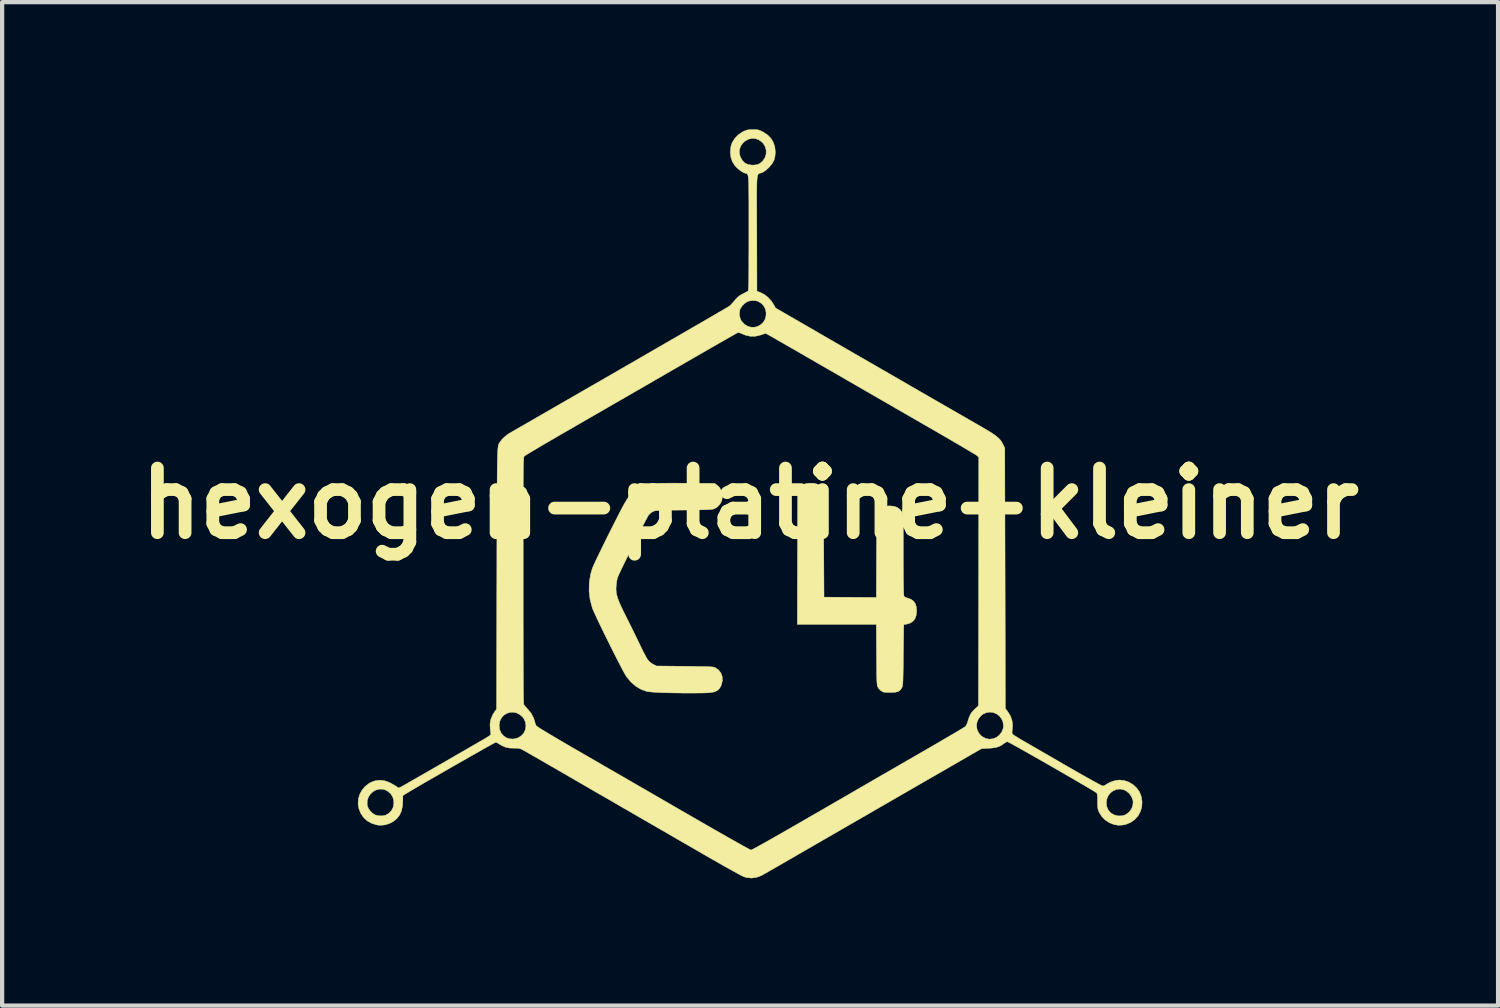
<source format=kicad_pcb>
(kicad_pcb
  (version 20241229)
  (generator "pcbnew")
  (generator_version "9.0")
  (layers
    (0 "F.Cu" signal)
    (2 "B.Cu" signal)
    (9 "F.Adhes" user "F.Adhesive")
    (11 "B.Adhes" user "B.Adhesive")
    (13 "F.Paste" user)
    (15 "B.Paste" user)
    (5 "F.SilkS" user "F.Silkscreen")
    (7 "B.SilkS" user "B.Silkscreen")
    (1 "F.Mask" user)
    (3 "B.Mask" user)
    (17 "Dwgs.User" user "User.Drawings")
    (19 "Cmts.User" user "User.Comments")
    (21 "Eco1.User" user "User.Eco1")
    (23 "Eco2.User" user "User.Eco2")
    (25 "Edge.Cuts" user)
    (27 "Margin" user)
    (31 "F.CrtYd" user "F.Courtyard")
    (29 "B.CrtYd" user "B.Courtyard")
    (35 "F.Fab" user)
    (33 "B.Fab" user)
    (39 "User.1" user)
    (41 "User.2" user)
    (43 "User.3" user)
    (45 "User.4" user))
  (footprint "hexogen-platine-kleiner"
    (layer "F.Cu")
    (at 14.63 8.817)
    (property "Reference" "hexogen-platine-kleiner" (at 0 0 0) (layer "F.SilkS") (effects (font (size 1.524 1.524) (thickness 0.3))))
    (attr through_hole)
    (fp_poly (pts (xy 1.501 -0.475) (xy 1.583 -0.456) (xy 1.648 -0.418) (xy 1.696 -0.362) (xy 1.704 -0.348) (xy 1.708 -0.339) (xy 1.712 -0.326) (xy 1.716 -0.308) (xy 1.718 -0.283) (xy 1.721 -0.249) (xy 1.723 -0.205) (xy 1.725 -0.148) (xy 1.727 -0.077) (xy 1.728 0.01) (xy 1.73 0.114) (xy 1.731 0.238) (xy 1.732 0.383) (xy 1.733 0.55) (xy 1.734 0.743) (xy 1.736 0.953) (xy 1.743 2.208) (xy 2.359 2.212) (xy 2.976 2.216) (xy 2.98 1.253) (xy 2.981 1.063) (xy 2.982 0.9) (xy 2.983 0.761) (xy 2.984 0.644) (xy 2.985 0.547) (xy 2.987 0.467) (xy 2.989 0.403) (xy 2.991 0.353) (xy 2.993 0.315) (xy 2.996 0.286) (xy 3 0.264) (xy 3.004 0.248) (xy 3.009 0.235) (xy 3.01 0.233) (xy 3.058 0.153) (xy 3.118 0.098) (xy 3.195 0.066) (xy 3.284 0.057) (xy 3.388 0.066) (xy 3.471 0.094) (xy 3.535 0.142) (xy 3.582 0.21) (xy 3.586 0.218) (xy 3.591 0.231) (xy 3.596 0.246) (xy 3.599 0.266) (xy 3.602 0.292) (xy 3.605 0.327) (xy 3.607 0.373) (xy 3.609 0.432) (xy 3.61 0.506) (xy 3.611 0.598) (xy 3.611 0.709) (xy 3.612 0.841) (xy 3.612 0.997) (xy 3.612 1.179) (xy 3.612 1.209) (xy 3.612 1.38) (xy 3.613 1.54) (xy 3.614 1.687) (xy 3.615 1.819) (xy 3.617 1.933) (xy 3.619 2.028) (xy 3.621 2.102) (xy 3.623 2.152) (xy 3.625 2.176) (xy 3.625 2.177) (xy 3.644 2.203) (xy 3.679 2.221) (xy 3.707 2.229) (xy 3.792 2.259) (xy 3.854 2.304) (xy 3.896 2.365) (xy 3.92 2.445) (xy 3.926 2.534) (xy 3.916 2.636) (xy 3.886 2.718) (xy 3.835 2.781) (xy 3.765 2.824) (xy 3.687 2.845) (xy 3.649 2.851) (xy 3.627 2.855) (xy 3.624 2.856) (xy 3.623 2.87) (xy 3.622 2.909) (xy 3.621 2.972) (xy 3.62 3.055) (xy 3.619 3.155) (xy 3.617 3.27) (xy 3.616 3.398) (xy 3.614 3.535) (xy 3.613 3.577) (xy 3.612 3.739) (xy 3.61 3.874) (xy 3.608 3.986) (xy 3.606 4.078) (xy 3.605 4.15) (xy 3.602 4.207) (xy 3.6 4.25) (xy 3.596 4.282) (xy 3.592 4.306) (xy 3.588 4.323) (xy 3.582 4.336) (xy 3.577 4.345) (xy 3.547 4.389) (xy 3.514 4.42) (xy 3.473 4.439) (xy 3.416 4.45) (xy 3.339 4.454) (xy 3.326 4.455) (xy 3.26 4.455) (xy 3.201 4.453) (xy 3.157 4.449) (xy 3.141 4.445) (xy 3.082 4.413) (xy 3.031 4.359) (xy 3.007 4.318) (xy 3.002 4.304) (xy 2.998 4.284) (xy 2.994 4.257) (xy 2.991 4.219) (xy 2.988 4.169) (xy 2.986 4.104) (xy 2.984 4.021) (xy 2.983 3.919) (xy 2.982 3.795) (xy 2.981 3.645) (xy 2.98 3.56) (xy 2.976 2.85) (xy 1.114 2.85) (xy 1.118 1.274) (xy 1.122 -0.303) (xy 1.154 -0.356) (xy 1.198 -0.41) (xy 1.254 -0.447) (xy 1.327 -0.469) (xy 1.397 -0.477) (xy 1.501 -0.475)) (stroke (width 0.01) (type solid)) (fill yes) (layer "F.SilkS"))
    (fp_poly (pts (xy -1.702 -0.478) (xy -1.538 -0.477) (xy -1.537 -0.477) (xy -0.838 -0.473) (xy -0.788 -0.439) (xy -0.724 -0.381) (xy -0.681 -0.306) (xy -0.661 -0.244) (xy -0.653 -0.149) (xy -0.669 -0.061) (xy -0.71 0.017) (xy -0.771 0.082) (xy -0.833 0.119) (xy -0.848 0.126) (xy -0.865 0.131) (xy -0.886 0.136) (xy -0.913 0.14) (xy -0.95 0.143) (xy -0.998 0.146) (xy -1.06 0.148) (xy -1.139 0.15) (xy -1.237 0.151) (xy -1.358 0.153) (xy -1.503 0.155) (xy -1.566 0.155) (xy -1.721 0.157) (xy -1.85 0.158) (xy -1.957 0.16) (xy -2.042 0.162) (xy -2.11 0.163) (xy -2.163 0.166) (xy -2.202 0.169) (xy -2.232 0.172) (xy -2.254 0.177) (xy -2.271 0.182) (xy -2.285 0.188) (xy -2.296 0.194) (xy -2.341 0.224) (xy -2.381 0.261) (xy -2.39 0.272) (xy -2.405 0.295) (xy -2.43 0.342) (xy -2.465 0.407) (xy -2.508 0.49) (xy -2.557 0.586) (xy -2.611 0.693) (xy -2.669 0.808) (xy -2.729 0.928) (xy -2.79 1.05) (xy -2.849 1.171) (xy -2.907 1.288) (xy -2.961 1.398) (xy -3.01 1.499) (xy -3.052 1.587) (xy -3.086 1.66) (xy -3.11 1.714) (xy -3.124 1.747) (xy -3.125 1.752) (xy -3.137 1.803) (xy -3.148 1.87) (xy -3.156 1.938) (xy -3.156 1.947) (xy -3.159 2.008) (xy -3.157 2.065) (xy -3.15 2.122) (xy -3.136 2.182) (xy -3.115 2.249) (xy -3.085 2.327) (xy -3.045 2.417) (xy -2.994 2.525) (xy -2.93 2.653) (xy -2.909 2.695) (xy -2.852 2.81) (xy -2.791 2.932) (xy -2.73 3.057) (xy -2.672 3.175) (xy -2.62 3.282) (xy -2.582 3.363) (xy -2.54 3.449) (xy -2.499 3.53) (xy -2.461 3.6) (xy -2.43 3.656) (xy -2.406 3.692) (xy -2.401 3.699) (xy -2.36 3.739) (xy -2.308 3.777) (xy -2.281 3.793) (xy -2.208 3.831) (xy -1.538 3.838) (xy -1.382 3.84) (xy -1.252 3.842) (xy -1.145 3.843) (xy -1.058 3.845) (xy -0.99 3.847) (xy -0.937 3.85) (xy -0.898 3.853) (xy -0.868 3.856) (xy -0.847 3.861) (xy -0.831 3.866) (xy -0.818 3.872) (xy -0.742 3.927) (xy -0.688 3.997) (xy -0.658 4.078) (xy -0.652 4.168) (xy -0.672 4.262) (xy -0.693 4.314) (xy -0.73 4.372) (xy -0.779 4.414) (xy -0.845 4.442) (xy -0.932 4.458) (xy -0.957 4.46) (xy -1.015 4.464) (xy -1.097 4.467) (xy -1.199 4.468) (xy -1.317 4.469) (xy -1.445 4.47) (xy -1.581 4.469) (xy -1.719 4.467) (xy -1.855 4.465) (xy -1.986 4.462) (xy -2.088 4.459) (xy -2.179 4.454) (xy -2.265 4.449) (xy -2.34 4.443) (xy -2.398 4.437) (xy -2.434 4.431) (xy -2.567 4.383) (xy -2.691 4.31) (xy -2.805 4.212) (xy -2.906 4.091) (xy -2.923 4.067) (xy -2.945 4.03) (xy -2.978 3.971) (xy -3.02 3.893) (xy -3.069 3.798) (xy -3.125 3.69) (xy -3.185 3.572) (xy -3.248 3.446) (xy -3.313 3.317) (xy -3.378 3.186) (xy -3.442 3.056) (xy -3.502 2.932) (xy -3.558 2.816) (xy -3.609 2.71) (xy -3.651 2.618) (xy -3.685 2.543) (xy -3.709 2.489) (xy -3.718 2.464) (xy -3.771 2.265) (xy -3.795 2.067) (xy -3.791 1.869) (xy -3.759 1.672) (xy -3.719 1.533) (xy -3.706 1.501) (xy -3.682 1.445) (xy -3.647 1.371) (xy -3.604 1.278) (xy -3.552 1.172) (xy -3.494 1.053) (xy -3.431 0.925) (xy -3.365 0.79) (xy -3.31 0.681) (xy -3.225 0.51) (xy -3.15 0.364) (xy -3.086 0.238) (xy -3.031 0.132) (xy -2.982 0.042) (xy -2.94 -0.032) (xy -2.903 -0.093) (xy -2.87 -0.143) (xy -2.839 -0.184) (xy -2.809 -0.218) (xy -2.779 -0.247) (xy -2.748 -0.274) (xy -2.714 -0.3) (xy -2.713 -0.301) (xy -2.591 -0.375) (xy -2.454 -0.431) (xy -2.349 -0.458) (xy -2.32 -0.464) (xy -2.285 -0.468) (xy -2.244 -0.471) (xy -2.193 -0.474) (xy -2.13 -0.476) (xy -2.052 -0.477) (xy -1.957 -0.478) (xy -1.841 -0.478) (xy -1.702 -0.478)) (stroke (width 0.01) (type solid)) (fill yes) (layer "F.SilkS"))
    (fp_poly (pts (xy 0.129 -8.812) (xy 0.174 -8.808) (xy 0.214 -8.798) (xy 0.257 -8.78) (xy 0.305 -8.756) (xy 0.41 -8.688) (xy 0.493 -8.604) (xy 0.551 -8.506) (xy 0.585 -8.393) (xy 0.595 -8.283) (xy 0.587 -8.178) (xy 0.563 -8.089) (xy 0.518 -8.007) (xy 0.449 -7.926) (xy 0.439 -7.915) (xy 0.369 -7.852) (xy 0.308 -7.811) (xy 0.275 -7.796) (xy 0.255 -7.79) (xy 0.238 -7.786) (xy 0.222 -7.781) (xy 0.209 -7.775) (xy 0.197 -7.766) (xy 0.188 -7.752) (xy 0.179 -7.732) (xy 0.173 -7.703) (xy 0.168 -7.665) (xy 0.163 -7.614) (xy 0.16 -7.551) (xy 0.158 -7.473) (xy 0.157 -7.378) (xy 0.156 -7.265) (xy 0.156 -7.133) (xy 0.157 -6.978) (xy 0.157 -6.801) (xy 0.158 -6.598) (xy 0.159 -6.37) (xy 0.159 -6.366) (xy 0.162 -5.004) (xy 0.252 -4.969) (xy 0.338 -4.924) (xy 0.422 -4.858) (xy 0.498 -4.776) (xy 0.554 -4.692) (xy 0.601 -4.607) (xy 1.39 -4.151) (xy 1.53 -4.07) (xy 1.687 -3.979) (xy 1.858 -3.88) (xy 2.043 -3.773) (xy 2.239 -3.66) (xy 2.445 -3.541) (xy 2.657 -3.419) (xy 2.875 -3.293) (xy 3.097 -3.165) (xy 3.319 -3.037) (xy 3.541 -2.909) (xy 3.76 -2.782) (xy 3.975 -2.658) (xy 4.183 -2.538) (xy 4.383 -2.423) (xy 4.572 -2.314) (xy 4.749 -2.212) (xy 4.911 -2.119) (xy 5.057 -2.035) (xy 5.185 -1.961) (xy 5.292 -1.9) (xy 5.377 -1.851) (xy 5.382 -1.848) (xy 5.51 -1.774) (xy 5.616 -1.711) (xy 5.702 -1.657) (xy 5.771 -1.61) (xy 5.825 -1.568) (xy 5.868 -1.529) (xy 5.902 -1.491) (xy 5.93 -1.451) (xy 5.954 -1.408) (xy 5.958 -1.4) (xy 6.004 -1.306) (xy 6.011 1.764) (xy 6.018 4.834) (xy 6.062 4.89) (xy 6.132 4.999) (xy 6.174 5.112) (xy 6.189 5.23) (xy 6.182 5.318) (xy 6.176 5.372) (xy 6.176 5.414) (xy 6.18 5.431) (xy 6.195 5.445) (xy 6.231 5.47) (xy 6.285 5.504) (xy 6.351 5.545) (xy 6.428 5.59) (xy 6.458 5.607) (xy 6.519 5.642) (xy 6.601 5.69) (xy 6.702 5.748) (xy 6.817 5.815) (xy 6.945 5.889) (xy 7.082 5.968) (xy 7.224 6.05) (xy 7.369 6.134) (xy 7.502 6.211) (xy 7.646 6.293) (xy 7.78 6.371) (xy 7.905 6.441) (xy 8.016 6.503) (xy 8.113 6.557) (xy 8.193 6.6) (xy 8.254 6.633) (xy 8.295 6.653) (xy 8.314 6.66) (xy 8.314 6.66) (xy 8.346 6.652) (xy 8.386 6.631) (xy 8.404 6.618) (xy 8.469 6.58) (xy 8.551 6.548) (xy 8.637 6.527) (xy 8.713 6.519) (xy 8.825 6.533) (xy 8.932 6.57) (xy 9.029 6.629) (xy 9.112 6.706) (xy 9.177 6.797) (xy 9.219 6.9) (xy 9.221 6.907) (xy 9.24 7.032) (xy 9.233 7.151) (xy 9.201 7.261) (xy 9.147 7.361) (xy 9.072 7.446) (xy 8.978 7.514) (xy 8.867 7.562) (xy 8.795 7.579) (xy 8.684 7.586) (xy 8.574 7.567) (xy 8.469 7.525) (xy 8.373 7.462) (xy 8.292 7.38) (xy 8.23 7.282) (xy 8.214 7.247) (xy 8.203 7.216) (xy 8.196 7.18) (xy 8.193 7.135) (xy 8.191 7.072) (xy 8.191 7.056) (xy 8.397 7.056) (xy 8.409 7.15) (xy 8.445 7.23) (xy 8.501 7.294) (xy 8.576 7.339) (xy 8.666 7.363) (xy 8.712 7.365) (xy 8.777 7.361) (xy 8.832 7.344) (xy 8.864 7.328) (xy 8.934 7.276) (xy 8.987 7.206) (xy 9.02 7.126) (xy 9.029 7.041) (xy 9.024 6.997) (xy 8.993 6.913) (xy 8.941 6.838) (xy 8.873 6.78) (xy 8.807 6.747) (xy 8.72 6.731) (xy 8.635 6.741) (xy 8.558 6.773) (xy 8.492 6.824) (xy 8.44 6.892) (xy 8.407 6.973) (xy 8.397 7.056) (xy 8.191 7.056) (xy 8.191 7.024) (xy 8.19 6.943) (xy 8.187 6.886) (xy 8.181 6.849) (xy 8.173 6.828) (xy 8.17 6.824) (xy 8.151 6.81) (xy 8.111 6.785) (xy 8.051 6.748) (xy 7.973 6.702) (xy 7.88 6.647) (xy 7.773 6.585) (xy 7.656 6.516) (xy 7.53 6.443) (xy 7.397 6.366) (xy 7.26 6.287) (xy 7.12 6.207) (xy 6.981 6.127) (xy 6.843 6.048) (xy 6.71 5.972) (xy 6.584 5.901) (xy 6.466 5.834) (xy 6.36 5.774) (xy 6.266 5.722) (xy 6.188 5.679) (xy 6.127 5.646) (xy 6.086 5.625) (xy 6.067 5.616) (xy 6.066 5.616) (xy 6.038 5.625) (xy 6 5.646) (xy 5.983 5.659) (xy 5.924 5.701) (xy 5.864 5.73) (xy 5.796 5.751) (xy 5.714 5.764) (xy 5.624 5.771) (xy 5.454 5.78) (xy 4.332 6.427) (xy 4.16 6.526) (xy 3.966 6.638) (xy 3.755 6.76) (xy 3.531 6.889) (xy 3.296 7.025) (xy 3.054 7.164) (xy 2.81 7.306) (xy 2.565 7.447) (xy 2.325 7.585) (xy 2.092 7.72) (xy 1.87 7.848) (xy 1.764 7.909) (xy 1.577 8.017) (xy 1.396 8.122) (xy 1.223 8.221) (xy 1.06 8.316) (xy 0.907 8.404) (xy 0.767 8.485) (xy 0.641 8.557) (xy 0.53 8.621) (xy 0.437 8.674) (xy 0.363 8.717) (xy 0.308 8.748) (xy 0.276 8.766) (xy 0.268 8.77) (xy 0.153 8.814) (xy 0.037 8.83) (xy -0.08 8.818) (xy -0.141 8.801) (xy -0.169 8.788) (xy -0.22 8.763) (xy -0.291 8.724) (xy -0.381 8.675) (xy -0.488 8.615) (xy -0.611 8.547) (xy -0.747 8.469) (xy -0.895 8.385) (xy -1.052 8.295) (xy -1.192 8.214) (xy -1.366 8.113) (xy -1.551 8.007) (xy -1.741 7.897) (xy -1.933 7.785) (xy -2.123 7.676) (xy -2.307 7.569) (xy -2.481 7.469) (xy -2.64 7.377) (xy -2.78 7.296) (xy -2.836 7.263) (xy -2.98 7.181) (xy -3.129 7.094) (xy -3.279 7.007) (xy -3.427 6.922) (xy -3.568 6.841) (xy -3.698 6.766) (xy -3.812 6.7) (xy -3.906 6.645) (xy -3.916 6.639) (xy -4.166 6.494) (xy -4.394 6.362) (xy -4.598 6.244) (xy -4.78 6.14) (xy -4.937 6.049) (xy -5.071 5.972) (xy -5.182 5.909) (xy -5.268 5.859) (xy -5.33 5.824) (xy -5.369 5.803) (xy -5.376 5.799) (xy -5.414 5.782) (xy -5.452 5.773) (xy -5.499 5.769) (xy -5.558 5.769) (xy -5.672 5.765) (xy -5.77 5.744) (xy -5.858 5.704) (xy -5.896 5.68) (xy -5.939 5.653) (xy -5.976 5.635) (xy -5.996 5.63) (xy -6.011 5.637) (xy -6.048 5.657) (xy -6.105 5.688) (xy -6.181 5.73) (xy -6.272 5.781) (xy -6.376 5.84) (xy -6.492 5.906) (xy -6.618 5.977) (xy -6.75 6.053) (xy -6.888 6.131) (xy -7.028 6.211) (xy -7.169 6.292) (xy -7.308 6.372) (xy -7.444 6.45) (xy -7.574 6.525) (xy -7.696 6.595) (xy -7.807 6.66) (xy -7.906 6.718) (xy -7.991 6.768) (xy -8.059 6.808) (xy -8.108 6.838) (xy -8.132 6.852) (xy -8.184 6.887) (xy -8.185 7.01) (xy -8.193 7.138) (xy -8.217 7.246) (xy -8.258 7.339) (xy -8.26 7.343) (xy -8.325 7.427) (xy -8.409 7.496) (xy -8.508 7.547) (xy -8.614 7.578) (xy -8.723 7.586) (xy -8.794 7.578) (xy -8.917 7.541) (xy -9.023 7.482) (xy -9.11 7.402) (xy -9.177 7.303) (xy -9.222 7.191) (xy -9.238 7.093) (xy -9.026 7.093) (xy -9.018 7.138) (xy -8.989 7.201) (xy -8.942 7.263) (xy -8.883 7.315) (xy -8.841 7.34) (xy -8.771 7.36) (xy -8.691 7.365) (xy -8.615 7.355) (xy -8.583 7.344) (xy -8.508 7.299) (xy -8.451 7.237) (xy -8.414 7.164) (xy -8.397 7.083) (xy -8.399 7.001) (xy -8.422 6.921) (xy -8.466 6.849) (xy -8.531 6.79) (xy -8.535 6.787) (xy -8.581 6.761) (xy -8.627 6.742) (xy -8.646 6.737) (xy -8.735 6.733) (xy -8.818 6.754) (xy -8.891 6.795) (xy -8.953 6.854) (xy -8.998 6.925) (xy -9.024 7.006) (xy -9.026 7.093) (xy -9.238 7.093) (xy -9.24 7.079) (xy -9.233 6.966) (xy -9.201 6.858) (xy -9.147 6.758) (xy -9.074 6.67) (xy -8.982 6.599) (xy -8.94 6.575) (xy -8.833 6.536) (xy -8.726 6.523) (xy -8.615 6.536) (xy -8.5 6.577) (xy -8.384 6.641) (xy -8.281 6.707) (xy -8.233 6.684) (xy -8.213 6.673) (xy -8.17 6.649) (xy -8.108 6.614) (xy -8.027 6.568) (xy -7.93 6.512) (xy -7.819 6.449) (xy -7.696 6.378) (xy -7.563 6.302) (xy -7.423 6.221) (xy -7.313 6.158) (xy -7.164 6.072) (xy -7.019 5.988) (xy -6.88 5.907) (xy -6.748 5.832) (xy -6.628 5.762) (xy -6.521 5.7) (xy -6.429 5.647) (xy -6.356 5.605) (xy -6.303 5.574) (xy -6.281 5.562) (xy -6.221 5.526) (xy -6.17 5.494) (xy -6.133 5.469) (xy -6.115 5.453) (xy -6.114 5.452) (xy -6.113 5.43) (xy -6.116 5.389) (xy -6.123 5.337) (xy -6.123 5.333) (xy -6.129 5.236) (xy -5.914 5.236) (xy -5.903 5.33) (xy -5.868 5.41) (xy -5.816 5.474) (xy -5.748 5.521) (xy -5.669 5.548) (xy -5.583 5.553) (xy -5.493 5.533) (xy -5.447 5.513) (xy -5.375 5.462) (xy -5.324 5.396) (xy -5.293 5.318) (xy -5.283 5.235) (xy -5.296 5.151) (xy -5.333 5.071) (xy -5.358 5.038) (xy -5.428 4.975) (xy -5.505 4.936) (xy -5.585 4.92) (xy -5.665 4.925) (xy -5.74 4.95) (xy -5.806 4.993) (xy -5.86 5.053) (xy -5.897 5.129) (xy -5.914 5.219) (xy -5.914 5.236) (xy -6.129 5.236) (xy -6.13 5.206) (xy -6.11 5.086) (xy -6.062 4.973) (xy -6.013 4.898) (xy -5.976 4.849) (xy -5.969 1.807) (xy -5.348 1.807) (xy -5.348 2.177) (xy -5.348 2.524) (xy -5.348 2.847) (xy -5.347 3.145) (xy -5.346 3.419) (xy -5.346 3.669) (xy -5.345 3.892) (xy -5.344 4.091) (xy -5.343 4.263) (xy -5.342 4.409) (xy -5.34 4.529) (xy -5.339 4.621) (xy -5.337 4.687) (xy -5.335 4.724) (xy -5.334 4.734) (xy -5.317 4.762) (xy -5.286 4.8) (xy -5.247 4.842) (xy -5.244 4.845) (xy -5.161 4.945) (xy -5.102 5.058) (xy -5.079 5.131) (xy -5.065 5.18) (xy -5.05 5.222) (xy -5.044 5.235) (xy -5.033 5.246) (xy -5.006 5.266) (xy -4.962 5.295) (xy -4.9 5.334) (xy -4.82 5.382) (xy -4.721 5.442) (xy -4.601 5.513) (xy -4.46 5.596) (xy -4.298 5.691) (xy -4.113 5.798) (xy -3.904 5.919) (xy -3.843 5.954) (xy -3.651 6.065) (xy -3.439 6.188) (xy -3.211 6.32) (xy -2.971 6.458) (xy -2.723 6.602) (xy -2.471 6.747) (xy -2.22 6.893) (xy -1.973 7.035) (xy -1.735 7.173) (xy -1.51 7.303) (xy -1.335 7.404) (xy -1.156 7.507) (xy -0.984 7.606) (xy -0.82 7.7) (xy -0.666 7.788) (xy -0.523 7.869) (xy -0.393 7.943) (xy -0.278 8.008) (xy -0.179 8.063) (xy -0.098 8.108) (xy -0.036 8.141) (xy 0.005 8.162) (xy 0.024 8.17) (xy 0.024 8.17) (xy 0.04 8.163) (xy 0.079 8.143) (xy 0.14 8.111) (xy 0.22 8.066) (xy 0.318 8.012) (xy 0.433 7.947) (xy 0.562 7.874) (xy 0.705 7.793) (xy 0.86 7.704) (xy 1.024 7.61) (xy 1.198 7.51) (xy 1.378 7.406) (xy 1.443 7.368) (xy 1.655 7.246) (xy 1.88 7.116) (xy 2.115 6.98) (xy 2.356 6.841) (xy 2.599 6.7) (xy 2.841 6.56) (xy 3.077 6.423) (xy 3.305 6.292) (xy 3.521 6.167) (xy 3.72 6.052) (xy 3.9 5.948) (xy 3.937 5.927) (xy 4.1 5.833) (xy 4.257 5.742) (xy 4.405 5.656) (xy 4.543 5.575) (xy 4.669 5.501) (xy 4.782 5.435) (xy 4.879 5.378) (xy 4.959 5.33) (xy 5.019 5.294) (xy 5.059 5.269) (xy 5.076 5.258) (xy 5.076 5.257) (xy 5.08 5.252) (xy 5.338 5.252) (xy 5.353 5.336) (xy 5.391 5.413) (xy 5.45 5.479) (xy 5.47 5.494) (xy 5.55 5.538) (xy 5.631 5.556) (xy 5.718 5.548) (xy 5.736 5.544) (xy 5.813 5.511) (xy 5.88 5.457) (xy 5.932 5.387) (xy 5.965 5.308) (xy 5.973 5.242) (xy 5.961 5.151) (xy 5.927 5.073) (xy 5.875 5.008) (xy 5.811 4.96) (xy 5.737 4.929) (xy 5.657 4.918) (xy 5.576 4.928) (xy 5.498 4.961) (xy 5.435 5.011) (xy 5.379 5.084) (xy 5.347 5.166) (xy 5.338 5.252) (xy 5.08 5.252) (xy 5.098 5.226) (xy 5.12 5.176) (xy 5.137 5.122) (xy 5.169 5.025) (xy 5.208 4.948) (xy 5.259 4.883) (xy 5.309 4.836) (xy 5.383 4.771) (xy 5.387 1.843) (xy 5.391 -1.085) (xy 5.359 -1.119) (xy 5.342 -1.132) (xy 5.303 -1.157) (xy 5.242 -1.194) (xy 5.163 -1.241) (xy 5.066 -1.299) (xy 4.954 -1.365) (xy 4.829 -1.438) (xy 4.692 -1.519) (xy 4.545 -1.604) (xy 4.389 -1.694) (xy 4.255 -1.772) (xy 4.08 -1.872) (xy 3.885 -1.985) (xy 3.673 -2.107) (xy 3.448 -2.236) (xy 3.215 -2.371) (xy 2.977 -2.508) (xy 2.738 -2.646) (xy 2.501 -2.783) (xy 2.272 -2.915) (xy 2.053 -3.042) (xy 1.878 -3.143) (xy 1.699 -3.246) (xy 1.526 -3.346) (xy 1.359 -3.442) (xy 1.202 -3.533) (xy 1.055 -3.618) (xy 0.92 -3.695) (xy 0.8 -3.765) (xy 0.695 -3.825) (xy 0.608 -3.875) (xy 0.54 -3.914) (xy 0.493 -3.941) (xy 0.471 -3.953) (xy 0.367 -4.01) (xy 0.255 -3.972) (xy 0.13 -3.942) (xy 0.011 -3.94) (xy -0.104 -3.965) (xy -0.169 -3.991) (xy -0.228 -4.016) (xy -0.271 -4.027) (xy -0.289 -4.027) (xy -0.305 -4.019) (xy -0.343 -3.997) (xy -0.403 -3.964) (xy -0.483 -3.918) (xy -0.581 -3.862) (xy -0.696 -3.797) (xy -0.826 -3.722) (xy -0.971 -3.639) (xy -1.127 -3.549) (xy -1.294 -3.453) (xy -1.471 -3.351) (xy -1.655 -3.245) (xy -1.813 -3.154) (xy -2.027 -3.03) (xy -2.25 -2.901) (xy -2.48 -2.768) (xy -2.713 -2.634) (xy -2.947 -2.499) (xy -3.177 -2.366) (xy -3.401 -2.237) (xy -3.616 -2.113) (xy -3.819 -1.996) (xy -4.006 -1.888) (xy -4.175 -1.79) (xy -4.304 -1.716) (xy -4.458 -1.627) (xy -4.606 -1.541) (xy -4.745 -1.46) (xy -4.874 -1.385) (xy -4.99 -1.316) (xy -5.092 -1.256) (xy -5.178 -1.205) (xy -5.245 -1.164) (xy -5.293 -1.134) (xy -5.319 -1.116) (xy -5.323 -1.113) (xy -5.326 -1.108) (xy -5.329 -1.101) (xy -5.331 -1.091) (xy -5.334 -1.075) (xy -5.336 -1.053) (xy -5.337 -1.024) (xy -5.339 -0.987) (xy -5.34 -0.94) (xy -5.342 -0.883) (xy -5.343 -0.814) (xy -5.344 -0.732) (xy -5.345 -0.636) (xy -5.346 -0.525) (xy -5.346 -0.397) (xy -5.347 -0.252) (xy -5.347 -0.089) (xy -5.347 0.095) (xy -5.348 0.299) (xy -5.348 0.525) (xy -5.348 0.775) (xy -5.348 1.049) (xy -5.348 1.348) (xy -5.348 1.674) (xy -5.348 1.807) (xy -5.969 1.807) (xy -5.969 1.772) (xy -5.968 1.423) (xy -5.968 1.1) (xy -5.967 0.804) (xy -5.966 0.533) (xy -5.966 0.285) (xy -5.965 0.06) (xy -5.964 -0.144) (xy -5.963 -0.327) (xy -5.962 -0.491) (xy -5.961 -0.638) (xy -5.96 -0.767) (xy -5.958 -0.88) (xy -5.957 -0.979) (xy -5.955 -1.064) (xy -5.953 -1.136) (xy -5.95 -1.198) (xy -5.947 -1.249) (xy -5.944 -1.291) (xy -5.94 -1.325) (xy -5.936 -1.353) (xy -5.932 -1.374) (xy -5.927 -1.392) (xy -5.921 -1.405) (xy -5.915 -1.417) (xy -5.909 -1.427) (xy -5.902 -1.437) (xy -5.894 -1.449) (xy -5.891 -1.453) (xy -5.848 -1.509) (xy -5.788 -1.568) (xy -5.721 -1.622) (xy -5.672 -1.655) (xy -5.651 -1.666) (xy -5.608 -1.691) (xy -5.544 -1.728) (xy -5.46 -1.777) (xy -5.358 -1.835) (xy -5.24 -1.903) (xy -5.107 -1.98) (xy -4.961 -2.064) (xy -4.804 -2.155) (xy -4.637 -2.251) (xy -4.462 -2.352) (xy -4.281 -2.456) (xy -4.226 -2.487) (xy -3.985 -2.627) (xy -3.742 -2.767) (xy -3.498 -2.907) (xy -3.256 -3.047) (xy -3.016 -3.186) (xy -2.779 -3.322) (xy -2.547 -3.456) (xy -2.321 -3.587) (xy -2.102 -3.713) (xy -1.892 -3.835) (xy -1.691 -3.951) (xy -1.502 -4.06) (xy -1.325 -4.163) (xy -1.161 -4.258) (xy -1.012 -4.344) (xy -0.879 -4.422) (xy -0.763 -4.489) (xy -0.762 -4.49) (xy -0.252 -4.49) (xy -0.246 -4.409) (xy -0.222 -4.333) (xy -0.202 -4.299) (xy -0.135 -4.226) (xy -0.057 -4.177) (xy 0.028 -4.153) (xy 0.119 -4.156) (xy 0.171 -4.17) (xy 0.25 -4.212) (xy 0.311 -4.269) (xy 0.353 -4.339) (xy 0.375 -4.417) (xy 0.378 -4.497) (xy 0.363 -4.576) (xy 0.327 -4.65) (xy 0.272 -4.712) (xy 0.198 -4.76) (xy 0.187 -4.765) (xy 0.125 -4.78) (xy 0.051 -4.783) (xy -0.02 -4.773) (xy -0.069 -4.756) (xy -0.127 -4.716) (xy -0.182 -4.661) (xy -0.224 -4.601) (xy -0.24 -4.565) (xy -0.252 -4.49) (xy -0.762 -4.49) (xy -0.666 -4.545) (xy -0.589 -4.591) (xy -0.533 -4.624) (xy -0.499 -4.644) (xy -0.489 -4.65) (xy -0.467 -4.669) (xy -0.433 -4.705) (xy -0.392 -4.75) (xy -0.366 -4.78) (xy -0.316 -4.837) (xy -0.273 -4.878) (xy -0.227 -4.91) (xy -0.171 -4.94) (xy -0.169 -4.942) (xy -0.118 -4.968) (xy -0.076 -4.991) (xy -0.049 -5.007) (xy -0.046 -5.009) (xy -0.043 -5.017) (xy -0.04 -5.037) (xy -0.038 -5.07) (xy -0.036 -5.117) (xy -0.034 -5.18) (xy -0.032 -5.26) (xy -0.031 -5.359) (xy -0.03 -5.478) (xy -0.029 -5.619) (xy -0.029 -5.782) (xy -0.028 -5.969) (xy -0.028 -6.183) (xy -0.028 -6.377) (xy -0.028 -6.605) (xy -0.028 -6.807) (xy -0.028 -6.984) (xy -0.028 -7.138) (xy -0.029 -7.27) (xy -0.03 -7.382) (xy -0.031 -7.477) (xy -0.033 -7.554) (xy -0.036 -7.617) (xy -0.04 -7.666) (xy -0.044 -7.704) (xy -0.05 -7.732) (xy -0.057 -7.751) (xy -0.066 -7.765) (xy -0.076 -7.773) (xy -0.087 -7.778) (xy -0.1 -7.781) (xy -0.115 -7.784) (xy -0.127 -7.788) (xy -0.182 -7.814) (xy -0.244 -7.856) (xy -0.305 -7.907) (xy -0.356 -7.962) (xy -0.362 -7.969) (xy -0.419 -8.062) (xy -0.452 -8.161) (xy -0.462 -8.262) (xy -0.253 -8.262) (xy -0.232 -8.173) (xy -0.183 -8.086) (xy -0.177 -8.078) (xy -0.118 -8.022) (xy -0.044 -7.988) (xy 0.047 -7.975) (xy 0.079 -7.976) (xy 0.141 -7.981) (xy 0.186 -7.992) (xy 0.226 -8.011) (xy 0.238 -8.019) (xy 0.306 -8.08) (xy 0.353 -8.154) (xy 0.378 -8.236) (xy 0.38 -8.322) (xy 0.358 -8.406) (xy 0.313 -8.483) (xy 0.286 -8.513) (xy 0.209 -8.57) (xy 0.126 -8.601) (xy 0.04 -8.605) (xy -0.045 -8.584) (xy -0.125 -8.537) (xy -0.158 -8.508) (xy -0.216 -8.432) (xy -0.248 -8.349) (xy -0.253 -8.262) (xy -0.462 -8.262) (xy -0.463 -8.272) (xy -0.462 -8.311) (xy -0.456 -8.386) (xy -0.444 -8.444) (xy -0.424 -8.499) (xy -0.418 -8.512) (xy -0.357 -8.608) (xy -0.275 -8.692) (xy -0.177 -8.758) (xy -0.155 -8.769) (xy -0.107 -8.79) (xy -0.065 -8.803) (xy -0.02 -8.81) (xy 0.038 -8.812) (xy 0.065 -8.812) (xy 0.129 -8.812)) (stroke (width 0.01) (type solid)) (fill yes) (layer "F.SilkS")))
  (gr_rect
    (start -3 -3)
    (end 32.261 20.653)
    (stroke (width 0.1) (type default))
    (fill no)
    (layer "Edge.Cuts")))
</source>
